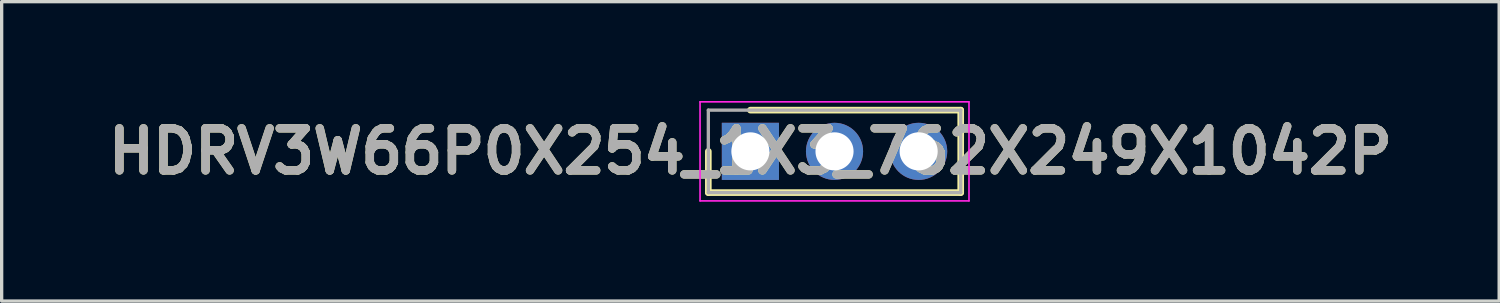
<source format=kicad_pcb>
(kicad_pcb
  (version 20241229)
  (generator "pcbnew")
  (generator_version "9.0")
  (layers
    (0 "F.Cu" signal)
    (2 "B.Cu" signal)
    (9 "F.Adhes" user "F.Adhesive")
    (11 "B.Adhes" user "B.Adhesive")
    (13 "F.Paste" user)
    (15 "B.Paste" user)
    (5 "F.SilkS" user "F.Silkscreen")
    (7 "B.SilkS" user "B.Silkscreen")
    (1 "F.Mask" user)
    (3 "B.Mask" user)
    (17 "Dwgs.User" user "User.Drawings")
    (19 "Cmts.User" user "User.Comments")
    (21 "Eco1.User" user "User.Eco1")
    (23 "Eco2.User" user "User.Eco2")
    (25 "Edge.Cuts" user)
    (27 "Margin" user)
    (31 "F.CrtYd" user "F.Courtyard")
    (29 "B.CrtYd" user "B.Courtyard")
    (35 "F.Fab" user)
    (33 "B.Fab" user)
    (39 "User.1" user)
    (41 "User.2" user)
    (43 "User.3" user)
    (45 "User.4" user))
  (footprint "HDRV3W66P0X254_1X3_762X249X1042P"
    (layer "F.Cu")
    (at 19.606 1.52)
    (property "Reference" "HDRV3W66P0X254_1X3_762X249X1042P" (at 0 0 0) (layer "F.SilkS") (effects (font (size 1.27 1.27) (thickness 0.254))))
    (attr through_hole)
    (fp_line (start -1.27 0) (end -1.27 1.245) (stroke (width 0.2) (type solid)) (layer "F.SilkS"))
    (fp_line (start -1.27 1.245) (end 6.35 1.245) (stroke (width 0.2) (type solid)) (layer "F.SilkS"))
    (fp_line (start 6.35 -1.245) (end 0 -1.245) (stroke (width 0.2) (type solid)) (layer "F.SilkS"))
    (fp_line (start 6.35 1.245) (end 6.35 -1.245) (stroke (width 0.2) (type solid)) (layer "F.SilkS"))
    (fp_line (start -1.52 -1.495) (end 6.6 -1.495) (stroke (width 0.05) (type solid)) (layer "F.CrtYd"))
    (fp_line (start -1.52 1.495) (end -1.52 -1.495) (stroke (width 0.05) (type solid)) (layer "F.CrtYd"))
    (fp_line (start 6.6 -1.495) (end 6.6 1.495) (stroke (width 0.05) (type solid)) (layer "F.CrtYd"))
    (fp_line (start 6.6 1.495) (end -1.52 1.495) (stroke (width 0.05) (type solid)) (layer "F.CrtYd"))
    (fp_line (start -1.27 -1.245) (end 6.35 -1.245) (stroke (width 0.1) (type solid)) (layer "F.Fab"))
    (fp_line (start -1.27 1.245) (end -1.27 -1.245) (stroke (width 0.1) (type solid)) (layer "F.Fab"))
    (fp_line (start 6.35 -1.245) (end 6.35 1.245) (stroke (width 0.1) (type solid)) (layer "F.Fab"))
    (fp_line (start 6.35 1.245) (end -1.27 1.245) (stroke (width 0.1) (type solid)) (layer "F.Fab"))
    (fp_text user "${REFERENCE}" (at 0 0 0) (layer "F.Fab") (effects (font (size 1.27 1.27) (thickness 0.254))))
    (pad "1" thru_hole rect (at 0 0) (size 1.725 1.725) (drill 1.15) (layers "*.Cu" "*.Mask"))
    (pad "2" thru_hole circle (at 2.54 0) (size 1.725 1.725) (drill 1.15) (layers "*.Cu" "*.Mask"))
    (pad "3" thru_hole circle (at 5.08 0) (size 1.725 1.725) (drill 1.15) (layers "*.Cu" "*.Mask")))
  (gr_rect
    (start -3 -3)
    (end 42.213 6.04)
    (stroke (width 0.1) (type default))
    (fill no)
    (layer "Edge.Cuts")))
</source>
